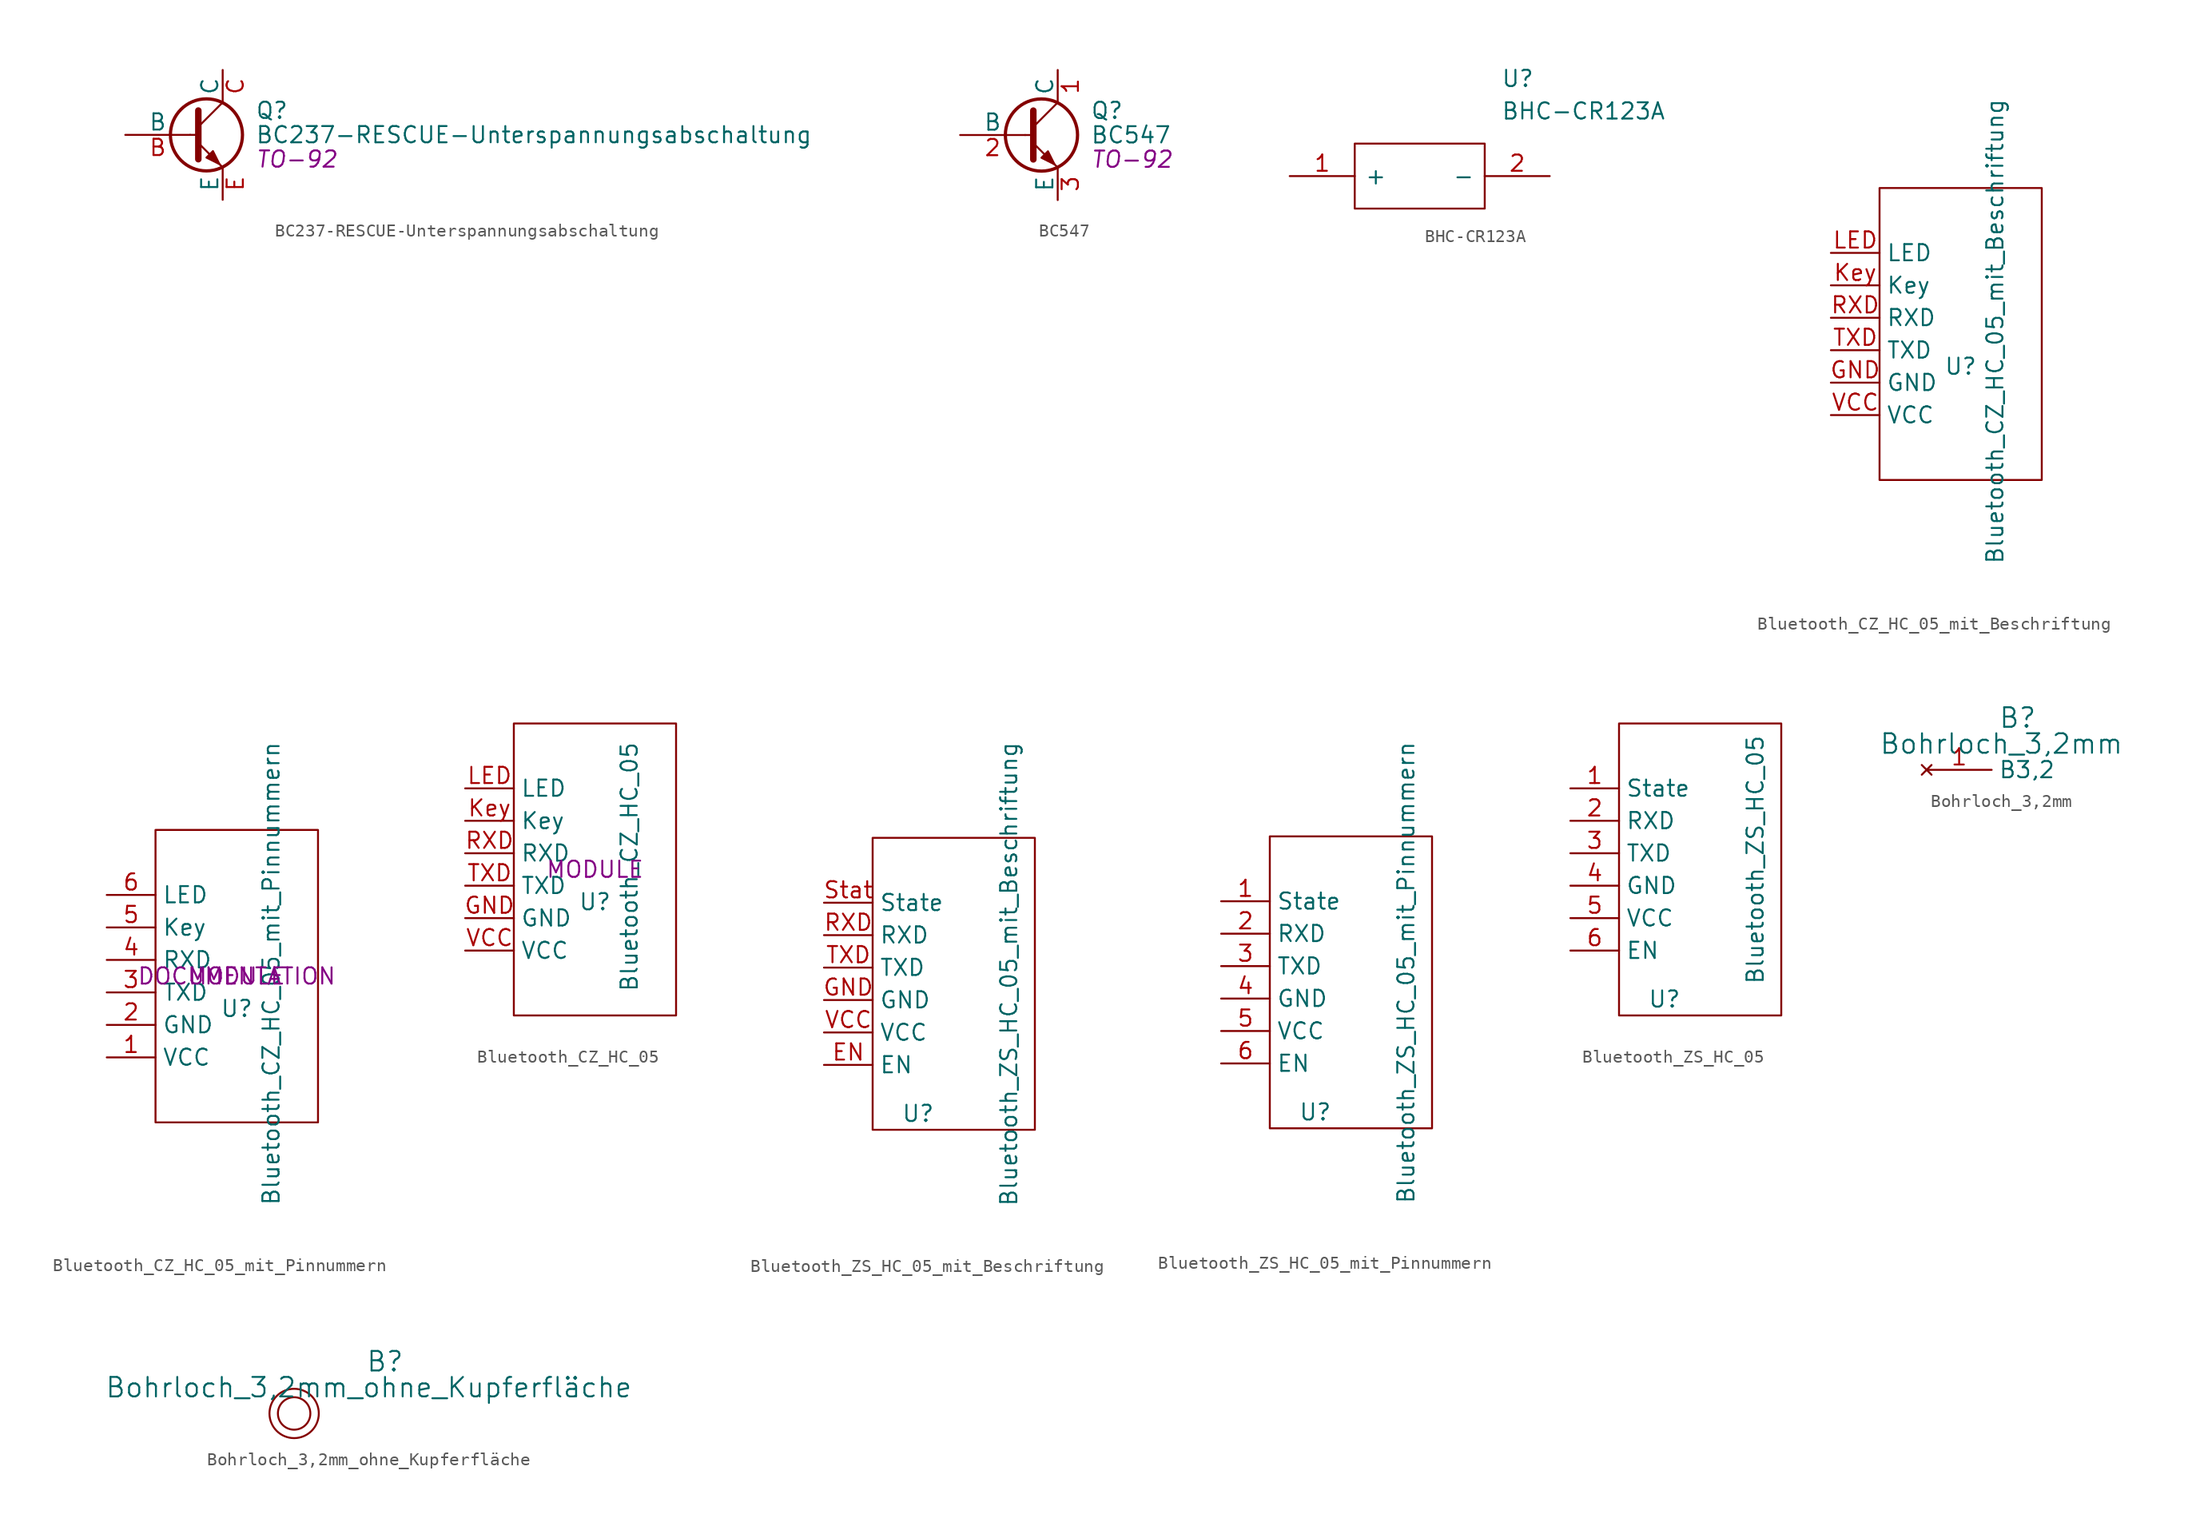
<source format=kicad_sym>
(kicad_symbol_lib
  (version 20201005)
  (generator kicad_symbol_editor)
  (symbol "Zimprich:BC237-RESCUE-Unterspannungsabschaltung"
    (pin_names
      (offset 0))
    (property "Reference" "Q"
      (at 5.08 1.905 0)
      (effects (font (size 1.27 1.27)) (justify left)))
    (property "Value" "BC237-RESCUE-Unterspannungsabschaltung"
      (at 5.08 0 0)
      (effects (font (size 1.27 1.27)) (justify left)))
    (property "Footprint" "TO-92"
      (at 5.08 -1.905 0)
      (effects (font (size 1.27 1.27) italic) (justify left)))
    (property "Datasheet" ""
      (at 0 0 0)
      (effects (font (size 1.27 1.27)) (justify left)))
    (symbol "BC237-RESCUE-Unterspannungsabschaltung_0_1"
      (circle (center 1.27 0) (radius 2.819) (stroke (width 0.254)) (fill (type none)))
      (polyline (pts (xy 0 0) (xy 0.635 0)) (stroke (width 0)) (fill (type none)))
      (polyline (pts (xy 0.635 0.635) (xy 2.54 2.54)) (stroke (width 0)) (fill (type none)))
      (polyline (pts (xy 0.635 -0.635) (xy 2.54 -2.54) (xy 2.54 -2.54)) (stroke (width 0)) (fill (type none)))
      (polyline (pts (xy 0.635 1.905) (xy 0.635 -1.905) (xy 0.635 -1.905)) (stroke (width 0.508)) (fill (type none)))
      (polyline (pts (xy 1.27 -1.778) (xy 1.778 -1.27) (xy 2.286 -2.286) (xy 1.27 -1.778) (xy 1.27 -1.778)) (stroke (width 0)) (fill (type outline))))
    (symbol "BC237-RESCUE-Unterspannungsabschaltung_1_1"
      (pin input line (at -5.08 0 0) (length 5.08) (name "B" (effects (font (size 1.27 1.27)))) (number "B" (effects (font (size 1.27 1.27)))))
      (pin passive line (at 2.54 5.08 270) (length 2.54) (name "C" (effects (font (size 1.27 1.27)))) (number "C" (effects (font (size 1.27 1.27)))))
      (pin passive line (at 2.54 -5.08 90) (length 2.54) (name "E" (effects (font (size 1.27 1.27)))) (number "E" (effects (font (size 1.27 1.27)))))))
  (symbol "Zimprich:BC547"
    (pin_names
      (offset 0))
    (property "Reference" "Q"
      (at 5.08 1.905 0)
      (effects (font (size 1.27 1.27)) (justify left)))
    (property "Value" "BC547"
      (at 5.08 0 0)
      (effects (font (size 1.27 1.27)) (justify left)))
    (property "Footprint" "TO-92"
      (at 5.08 -1.905 0)
      (effects (font (size 1.27 1.27) italic) (justify left)))
    (property "Datasheet" ""
      (at 0 0 0)
      (effects (font (size 1.27 1.27)) (justify left)))
    (symbol "BC547_0_1"
      (circle (center 1.27 0) (radius 2.819) (stroke (width 0.254)) (fill (type none)))
      (polyline (pts (xy 0 0) (xy 0.635 0)) (stroke (width 0)) (fill (type none)))
      (polyline (pts (xy 0.635 0.635) (xy 2.54 2.54)) (stroke (width 0)) (fill (type none)))
      (polyline (pts (xy 0.635 -0.635) (xy 2.54 -2.54) (xy 2.54 -2.54)) (stroke (width 0)) (fill (type none)))
      (polyline (pts (xy 0.635 1.905) (xy 0.635 -1.905) (xy 0.635 -1.905)) (stroke (width 0.508)) (fill (type none)))
      (polyline (pts (xy 1.27 -1.778) (xy 1.778 -1.27) (xy 2.286 -2.286) (xy 1.27 -1.778) (xy 1.27 -1.778)) (stroke (width 0)) (fill (type outline))))
    (symbol "BC547_1_1"
      (pin passive line (at 2.54 5.08 270) (length 2.54) (name "C" (effects (font (size 1.27 1.27)))) (number "1" (effects (font (size 1.27 1.27)))))
      (pin input line (at -5.08 0 0) (length 5.08) (name "B" (effects (font (size 1.27 1.27)))) (number "2" (effects (font (size 1.27 1.27)))))
      (pin passive line (at 2.54 -5.08 90) (length 2.54) (name "E" (effects (font (size 1.27 1.27)))) (number "3" (effects (font (size 1.27 1.27)))))))
  (symbol "Zimprich:BHC-CR123A"
    (pin_names
      (offset 0.762))
    (property "Reference" "U"
      (at 16.51 7.62 0)
      (effects (font (size 1.27 1.27)) (justify left)))
    (property "Value" "BHC-CR123A"
      (at 16.51 5.08 0)
      (effects (font (size 1.27 1.27)) (justify left)))
    (symbol "BHC-CR123A_0_0"
      (pin passive line (at 0 0 0) (length 5.08) (name "+" (effects (font (size 1.27 1.27)))) (number "1" (effects (font (size 1.27 1.27)))))
      (pin passive line (at 20.32 0 180) (length 5.08) (name "-" (effects (font (size 1.27 1.27)))) (number "2" (effects (font (size 1.27 1.27))))))
    (symbol "BHC-CR123A_0_1"
      (polyline (pts (xy 5.08 2.54) (xy 15.24 2.54) (xy 15.24 -2.54) (xy 5.08 -2.54) (xy 5.08 2.54)) (stroke (width 0.152)) (fill (type none)))))
  (symbol "Zimprich:Bluetooth_CZ_HC_05_mit_Beschriftung"
    (property "Reference" "U"
      (at 0 -2.54 0)
      (effects (font (size 1.27 1.27))))
    (property "Value" "Bluetooth_CZ_HC_05_mit_Beschriftung"
      (at 2.692 0.203 90)
      (effects (font (size 1.27 1.27))))
    (symbol "Bluetooth_CZ_HC_05_mit_Beschriftung_1_0"
      (rectangle (start -6.35 -11.43) (end 6.35 11.43) (stroke (width 0)) (fill (type none))))
    (symbol "Bluetooth_CZ_HC_05_mit_Beschriftung_1_1"
      (pin power_out line (at -10.16 -3.81 0) (length 3.81) (name "GND" (effects (font (size 1.27 1.27)))) (number "GND" (effects (font (size 1.27 1.27)))))
      (pin input line (at -10.16 3.81 0) (length 3.81) (name "Key" (effects (font (size 1.27 1.27)))) (number "Key" (effects (font (size 1.27 1.27)))))
      (pin output line (at -10.16 6.35 0) (length 3.81) (name "LED" (effects (font (size 1.27 1.27)))) (number "LED" (effects (font (size 1.27 1.27)))))
      (pin input line (at -10.16 1.27 0) (length 3.81) (name "RXD" (effects (font (size 1.27 1.27)))) (number "RXD" (effects (font (size 1.27 1.27)))))
      (pin output line (at -10.16 -1.27 0) (length 3.81) (name "TXD" (effects (font (size 1.27 1.27)))) (number "TXD" (effects (font (size 1.27 1.27)))))
      (pin power_in line (at -10.16 -6.35 0) (length 3.81) (name "VCC" (effects (font (size 1.27 1.27)))) (number "VCC" (effects (font (size 1.27 1.27)))))))
  (symbol "Zimprich:Bluetooth_CZ_HC_05_mit_Pinnummern"
    (property "Reference" "U"
      (at 0 -2.54 0)
      (effects (font (size 1.27 1.27))))
    (property "Value" "Bluetooth_CZ_HC_05_mit_Pinnummern"
      (at 2.692 0.203 90)
      (effects (font (size 1.27 1.27))))
    (property "Footprint" "MODULE"
      (at 0 0 0)
      (effects (font (size 1.27 1.27))))
    (property "Datasheet" "DOCUMENTATION"
      (at 0 0 0)
      (effects (font (size 1.27 1.27))))
    (symbol "Bluetooth_CZ_HC_05_mit_Pinnummern_1_0"
      (rectangle (start -6.35 -11.43) (end 6.35 11.43) (stroke (width 0)) (fill (type none))))
    (symbol "Bluetooth_CZ_HC_05_mit_Pinnummern_1_1"
      (pin power_in line (at -10.16 -6.35 0) (length 3.81) (name "VCC" (effects (font (size 1.27 1.27)))) (number "1" (effects (font (size 1.27 1.27)))))
      (pin power_out line (at -10.16 -3.81 0) (length 3.81) (name "GND" (effects (font (size 1.27 1.27)))) (number "2" (effects (font (size 1.27 1.27)))))
      (pin output line (at -10.16 -1.27 0) (length 3.81) (name "TXD" (effects (font (size 1.27 1.27)))) (number "3" (effects (font (size 1.27 1.27)))))
      (pin input line (at -10.16 1.27 0) (length 3.81) (name "RXD" (effects (font (size 1.27 1.27)))) (number "4" (effects (font (size 1.27 1.27)))))
      (pin input line (at -10.16 3.81 0) (length 3.81) (name "Key" (effects (font (size 1.27 1.27)))) (number "5" (effects (font (size 1.27 1.27)))))
      (pin output line (at -10.16 6.35 0) (length 3.81) (name "LED" (effects (font (size 1.27 1.27)))) (number "6" (effects (font (size 1.27 1.27)))))))
  (symbol "Zimprich:Bluetooth_CZ_HC_05"
    (property "Reference" "U"
      (at 0 -2.54 0)
      (effects (font (size 1.27 1.27))))
    (property "Value" "Bluetooth_CZ_HC_05"
      (at 2.692 0.203 90)
      (effects (font (size 1.27 1.27))))
    (property "Footprint" "MODULE"
      (at 0 0 0)
      (effects (font (size 1.27 1.27))))
    (symbol "Bluetooth_CZ_HC_05_1_0"
      (rectangle (start -6.35 -11.43) (end 6.35 11.43) (stroke (width 0)) (fill (type none))))
    (symbol "Bluetooth_CZ_HC_05_1_1"
      (pin power_out line (at -10.16 -3.81 0) (length 3.81) (name "GND" (effects (font (size 1.27 1.27)))) (number "GND" (effects (font (size 1.27 1.27)))))
      (pin input line (at -10.16 3.81 0) (length 3.81) (name "Key" (effects (font (size 1.27 1.27)))) (number "Key" (effects (font (size 1.27 1.27)))))
      (pin output line (at -10.16 6.35 0) (length 3.81) (name "LED" (effects (font (size 1.27 1.27)))) (number "LED" (effects (font (size 1.27 1.27)))))
      (pin input line (at -10.16 1.27 0) (length 3.81) (name "RXD" (effects (font (size 1.27 1.27)))) (number "RXD" (effects (font (size 1.27 1.27)))))
      (pin output line (at -10.16 -1.27 0) (length 3.81) (name "TXD" (effects (font (size 1.27 1.27)))) (number "TXD" (effects (font (size 1.27 1.27)))))
      (pin power_in line (at -10.16 -6.35 0) (length 3.81) (name "VCC" (effects (font (size 1.27 1.27)))) (number "VCC" (effects (font (size 1.27 1.27)))))))
  (symbol "Zimprich:Bluetooth_ZS_HC_05_mit_Beschriftung"
    (property "Reference" "U"
      (at -2.794 -10.16 0)
      (effects (font (size 1.27 1.27))))
    (property "Value" "Bluetooth_ZS_HC_05_mit_Beschriftung"
      (at 4.318 0.762 90)
      (effects (font (size 1.27 1.27))))
    (symbol "Bluetooth_ZS_HC_05_mit_Beschriftung_1_0"
      (rectangle (start -6.35 -11.43) (end 6.35 11.43) (stroke (width 0)) (fill (type none))))
    (symbol "Bluetooth_ZS_HC_05_mit_Beschriftung_1_1"
      (pin input line (at -10.16 -6.35 0) (length 3.81) (name "EN" (effects (font (size 1.27 1.27)))) (number "EN" (effects (font (size 1.27 1.27)))))
      (pin power_out line (at -10.16 -1.27 0) (length 3.81) (name "GND" (effects (font (size 1.27 1.27)))) (number "GND" (effects (font (size 1.27 1.27)))))
      (pin input line (at -10.16 3.81 0) (length 3.81) (name "RXD" (effects (font (size 1.27 1.27)))) (number "RXD" (effects (font (size 1.27 1.27)))))
      (pin output line (at -10.16 6.35 0) (length 3.81) (name "State" (effects (font (size 1.27 1.27)))) (number "Stat" (effects (font (size 1.27 1.27)))))
      (pin output line (at -10.16 1.27 0) (length 3.81) (name "TXD" (effects (font (size 1.27 1.27)))) (number "TXD" (effects (font (size 1.27 1.27)))))
      (pin power_in line (at -10.16 -3.81 0) (length 3.81) (name "VCC" (effects (font (size 1.27 1.27)))) (number "VCC" (effects (font (size 1.27 1.27)))))))
  (symbol "Zimprich:Bluetooth_ZS_HC_05_mit_Pinnummern"
    (property "Reference" "U"
      (at -2.794 -10.16 0)
      (effects (font (size 1.27 1.27))))
    (property "Value" "Bluetooth_ZS_HC_05_mit_Pinnummern"
      (at 4.318 0.762 90)
      (effects (font (size 1.27 1.27))))
    (symbol "Bluetooth_ZS_HC_05_mit_Pinnummern_1_0"
      (rectangle (start -6.35 -11.43) (end 6.35 11.43) (stroke (width 0)) (fill (type none))))
    (symbol "Bluetooth_ZS_HC_05_mit_Pinnummern_1_1"
      (pin output line (at -10.16 6.35 0) (length 3.81) (name "State" (effects (font (size 1.27 1.27)))) (number "1" (effects (font (size 1.27 1.27)))))
      (pin input line (at -10.16 3.81 0) (length 3.81) (name "RXD" (effects (font (size 1.27 1.27)))) (number "2" (effects (font (size 1.27 1.27)))))
      (pin output line (at -10.16 1.27 0) (length 3.81) (name "TXD" (effects (font (size 1.27 1.27)))) (number "3" (effects (font (size 1.27 1.27)))))
      (pin power_out line (at -10.16 -1.27 0) (length 3.81) (name "GND" (effects (font (size 1.27 1.27)))) (number "4" (effects (font (size 1.27 1.27)))))
      (pin power_in line (at -10.16 -3.81 0) (length 3.81) (name "VCC" (effects (font (size 1.27 1.27)))) (number "5" (effects (font (size 1.27 1.27)))))
      (pin input line (at -10.16 -6.35 0) (length 3.81) (name "EN" (effects (font (size 1.27 1.27)))) (number "6" (effects (font (size 1.27 1.27)))))))
  (symbol "Zimprich:Bluetooth_ZS_HC_05"
    (property "Reference" "U"
      (at -2.794 -10.16 0)
      (effects (font (size 1.27 1.27))))
    (property "Value" "Bluetooth_ZS_HC_05"
      (at 4.318 0.762 90)
      (effects (font (size 1.27 1.27))))
    (symbol "Bluetooth_ZS_HC_05_1_0"
      (rectangle (start -6.35 -11.43) (end 6.35 11.43) (stroke (width 0)) (fill (type none))))
    (symbol "Bluetooth_ZS_HC_05_1_1"
      (pin output line (at -10.16 6.35 0) (length 3.81) (name "State" (effects (font (size 1.27 1.27)))) (number "1" (effects (font (size 1.27 1.27)))))
      (pin input line (at -10.16 3.81 0) (length 3.81) (name "RXD" (effects (font (size 1.27 1.27)))) (number "2" (effects (font (size 1.27 1.27)))))
      (pin output line (at -10.16 1.27 0) (length 3.81) (name "TXD" (effects (font (size 1.27 1.27)))) (number "3" (effects (font (size 1.27 1.27)))))
      (pin power_out line (at -10.16 -1.27 0) (length 3.81) (name "GND" (effects (font (size 1.27 1.27)))) (number "4" (effects (font (size 1.27 1.27)))))
      (pin power_in line (at -10.16 -3.81 0) (length 3.81) (name "VCC" (effects (font (size 1.27 1.27)))) (number "5" (effects (font (size 1.27 1.27)))))
      (pin input line (at -10.16 -6.35 0) (length 3.81) (name "EN" (effects (font (size 1.27 1.27)))) (number "6" (effects (font (size 1.27 1.27)))))))
  (symbol "Zimprich:Bohrloch_3,2mm"
    (property "Reference" "B"
      (at 7.112 4.064 0)
      (effects (font (size 1.524 1.524))))
    (property "Value" "Bohrloch_3,2mm"
      (at 5.842 2.032 0)
      (effects (font (size 1.524 1.524))))
    (property "Footprint" ""
      (at 0 0 0)
      (effects (font (size 1.524 1.524))))
    (property "Datasheet" ""
      (at 0 0 0)
      (effects (font (size 1.524 1.524))))
    (symbol "Bohrloch_3,2mm_1_1"
      (pin unconnected line (at 0 0 0) (length 5.08) (name "B3,2" (effects (font (size 1.27 1.27)))) (number "1" (effects (font (size 1.27 1.27)))))))
  (symbol "Zimprich:Bohrloch_3,2mm_ohne_Kupferfläche"
    (property "Reference" "B"
      (at 7.112 4.064 0)
      (effects (font (size 1.524 1.524))))
    (property "Value" "Bohrloch_3,2mm_ohne_Kupferfläche"
      (at 5.842 2.032 0)
      (effects (font (size 1.524 1.524))))
    (property "Footprint" ""
      (at 0 0 0)
      (effects (font (size 1.524 1.524))))
    (property "Datasheet" ""
      (at 0 0 0)
      (effects (font (size 1.524 1.524))))
    (symbol "Bohrloch_3,2mm_ohne_Kupferfläche_0_1"
      (circle (center 0 0) (radius 1.27) (stroke (width 0)) (fill (type none)))
      (circle (center 0 0) (radius 1.93) (stroke (width 0)) (fill (type none))))))
</source>
